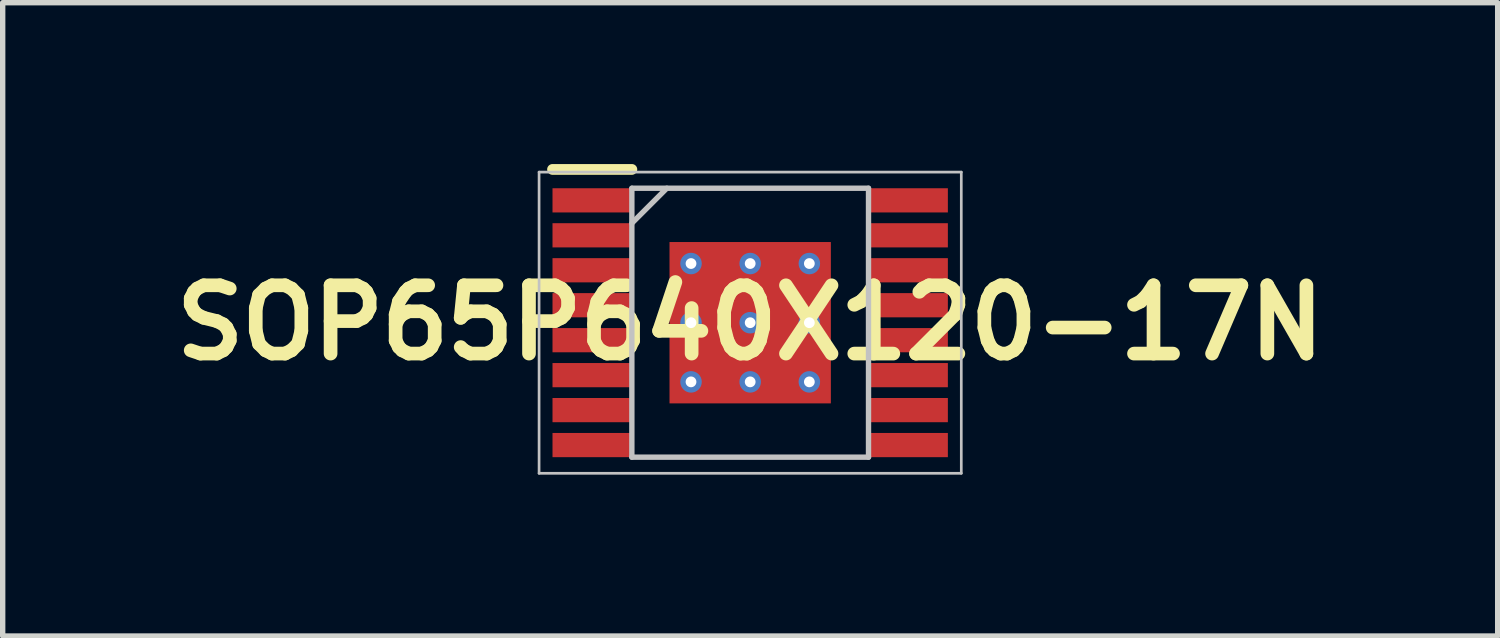
<source format=kicad_pcb>
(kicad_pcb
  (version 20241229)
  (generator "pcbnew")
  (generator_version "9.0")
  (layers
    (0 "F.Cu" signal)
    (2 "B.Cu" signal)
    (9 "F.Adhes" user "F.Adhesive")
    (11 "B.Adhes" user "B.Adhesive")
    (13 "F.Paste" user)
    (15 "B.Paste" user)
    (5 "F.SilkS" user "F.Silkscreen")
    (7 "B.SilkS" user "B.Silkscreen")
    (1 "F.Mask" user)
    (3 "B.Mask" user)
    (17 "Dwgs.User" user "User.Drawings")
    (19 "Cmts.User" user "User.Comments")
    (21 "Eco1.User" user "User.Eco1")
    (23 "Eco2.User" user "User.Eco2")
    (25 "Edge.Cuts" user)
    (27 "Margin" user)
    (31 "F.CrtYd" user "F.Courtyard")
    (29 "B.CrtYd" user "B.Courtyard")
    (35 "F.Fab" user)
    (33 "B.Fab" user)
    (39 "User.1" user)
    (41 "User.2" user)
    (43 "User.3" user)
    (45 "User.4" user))
  (footprint "SOP65P640X120-17N"
    (layer "F.Cu")
    (at 10.898 2.95)
    (property "Reference" "SOP65P640X120-17N" (at 0 0 0) (layer "F.SilkS") (effects (font (size 1.27 1.27) (thickness 0.254))))
    (attr smd)
    (fp_line (start -3.675 -2.85) (end -2.2 -2.85) (stroke (width 0.2) (type solid)) (layer "F.SilkS"))
    (fp_line (start -3.925 -2.8) (end 3.925 -2.8) (stroke (width 0.05) (type solid)) (layer "Dwgs.User"))
    (fp_line (start -3.925 2.8) (end -3.925 -2.8) (stroke (width 0.05) (type solid)) (layer "Dwgs.User"))
    (fp_line (start -2.2 -2.5) (end 2.2 -2.5) (stroke (width 0.1) (type solid)) (layer "Dwgs.User"))
    (fp_line (start -2.2 -1.85) (end -1.55 -2.5) (stroke (width 0.1) (type solid)) (layer "Dwgs.User"))
    (fp_line (start -2.2 2.5) (end -2.2 -2.5) (stroke (width 0.1) (type solid)) (layer "Dwgs.User"))
    (fp_line (start 2.2 -2.5) (end 2.2 2.5) (stroke (width 0.1) (type solid)) (layer "Dwgs.User"))
    (fp_line (start 2.2 2.5) (end -2.2 2.5) (stroke (width 0.1) (type solid)) (layer "Dwgs.User"))
    (fp_line (start 3.925 -2.8) (end 3.925 2.8) (stroke (width 0.05) (type solid)) (layer "Dwgs.User"))
    (fp_line (start 3.925 2.8) (end -3.925 2.8) (stroke (width 0.05) (type solid)) (layer "Dwgs.User"))
    (pad "1" smd rect (at -2.938 -2.275 90) (size 0.45 1.475) (layers "F.Cu" "F.Mask" "F.Paste"))
    (pad "2" smd rect (at -2.938 -1.625 90) (size 0.45 1.475) (layers "F.Cu" "F.Mask" "F.Paste"))
    (pad "3" smd rect (at -2.938 -0.975 90) (size 0.45 1.475) (layers "F.Cu" "F.Mask" "F.Paste"))
    (pad "4" smd rect (at -2.938 -0.325 90) (size 0.45 1.475) (layers "F.Cu" "F.Mask" "F.Paste"))
    (pad "5" smd rect (at -2.938 0.325 90) (size 0.45 1.475) (layers "F.Cu" "F.Mask" "F.Paste"))
    (pad "6" smd rect (at -2.938 0.975 90) (size 0.45 1.475) (layers "F.Cu" "F.Mask" "F.Paste"))
    (pad "7" smd rect (at -2.938 1.625 90) (size 0.45 1.475) (layers "F.Cu" "F.Mask" "F.Paste"))
    (pad "8" smd rect (at -2.938 2.275 90) (size 0.45 1.475) (layers "F.Cu" "F.Mask" "F.Paste"))
    (pad "9" smd rect (at 2.938 2.275 90) (size 0.45 1.475) (layers "F.Cu" "F.Mask" "F.Paste"))
    (pad "10" smd rect (at 2.938 1.625 90) (size 0.45 1.475) (layers "F.Cu" "F.Mask" "F.Paste"))
    (pad "11" smd rect (at 2.938 0.975 90) (size 0.45 1.475) (layers "F.Cu" "F.Mask" "F.Paste"))
    (pad "12" smd rect (at 2.938 0.325 90) (size 0.45 1.475) (layers "F.Cu" "F.Mask" "F.Paste"))
    (pad "13" smd rect (at 2.938 -0.325 90) (size 0.45 1.475) (layers "F.Cu" "F.Mask" "F.Paste"))
    (pad "14" smd rect (at 2.938 -0.975 90) (size 0.45 1.475) (layers "F.Cu" "F.Mask" "F.Paste"))
    (pad "15" smd rect (at 2.938 -1.625 90) (size 0.45 1.475) (layers "F.Cu" "F.Mask" "F.Paste"))
    (pad "16" smd rect (at 2.938 -2.275 90) (size 0.45 1.475) (layers "F.Cu" "F.Mask" "F.Paste"))
    (pad "17" smd rect (at 0 0) (size 3 3) (layers "F.Cu" "F.Mask" "F.Paste"))
    (pad "18" thru_hole circle (at 0 0) (size 0.4 0.4) (drill 0.2) (layers "*.Cu"))
    (pad "19" thru_hole circle (at 0 -1.1) (size 0.4 0.4) (drill 0.2) (layers "*.Cu"))
    (pad "20" thru_hole circle (at 0 1.1) (size 0.4 0.4) (drill 0.2) (layers "*.Cu"))
    (pad "21" thru_hole circle (at 1.1 0) (size 0.4 0.4) (drill 0.2) (layers "*.Cu"))
    (pad "22" thru_hole circle (at -1.1 0) (size 0.4 0.4) (drill 0.2) (layers "*.Cu"))
    (pad "23" thru_hole circle (at -1.1 -1.1) (size 0.4 0.4) (drill 0.2) (layers "*.Cu"))
    (pad "24" thru_hole circle (at 1.1 -1.1) (size 0.4 0.4) (drill 0.2) (layers "*.Cu"))
    (pad "25" thru_hole circle (at 1.1 1.1) (size 0.4 0.4) (drill 0.2) (layers "*.Cu"))
    (pad "26" thru_hole circle (at -1.1 1.1) (size 0.4 0.4) (drill 0.2) (layers "*.Cu")))
  (gr_rect
    (start -3 -3)
    (end 24.796 8.775)
    (stroke (width 0.1) (type default))
    (fill no)
    (layer "Edge.Cuts")))
</source>
